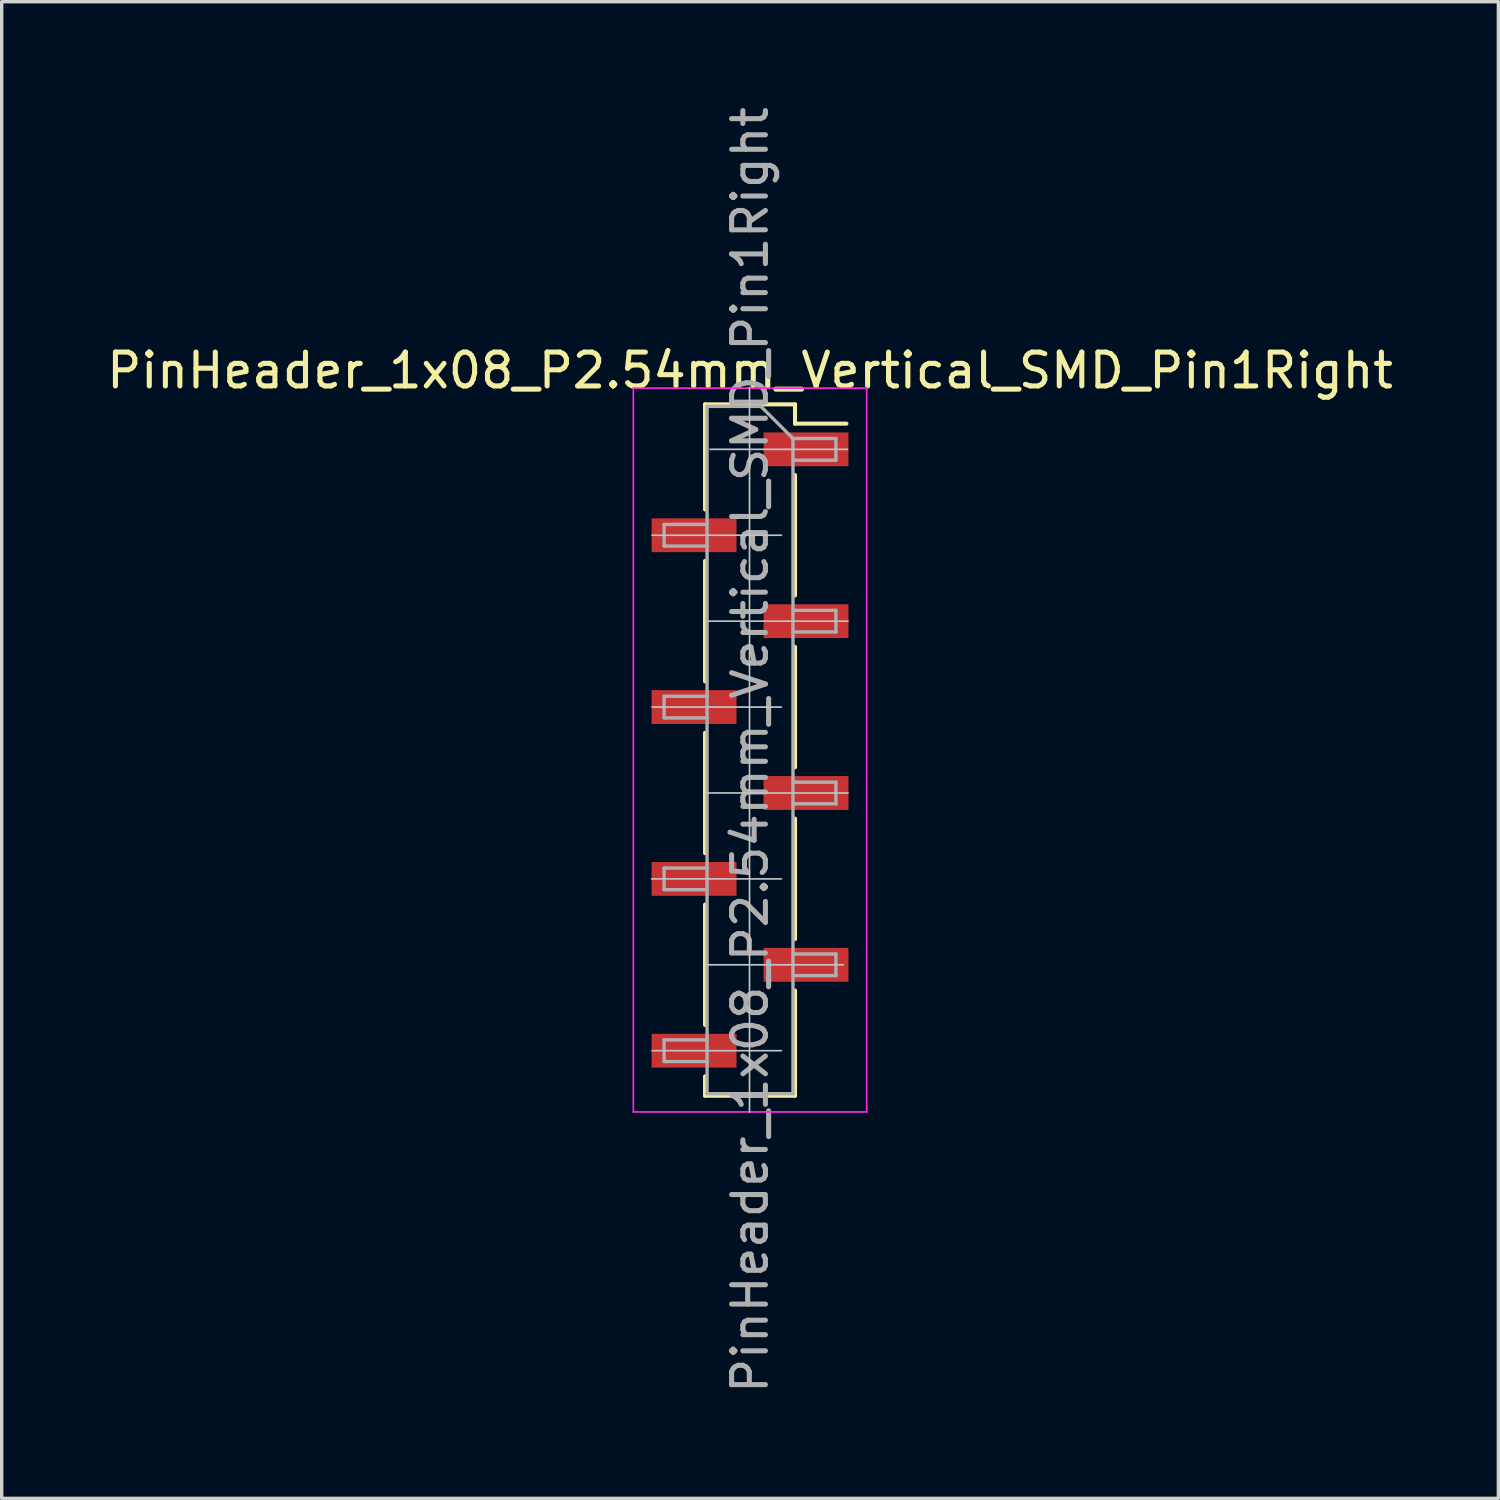
<source format=kicad_pcb>
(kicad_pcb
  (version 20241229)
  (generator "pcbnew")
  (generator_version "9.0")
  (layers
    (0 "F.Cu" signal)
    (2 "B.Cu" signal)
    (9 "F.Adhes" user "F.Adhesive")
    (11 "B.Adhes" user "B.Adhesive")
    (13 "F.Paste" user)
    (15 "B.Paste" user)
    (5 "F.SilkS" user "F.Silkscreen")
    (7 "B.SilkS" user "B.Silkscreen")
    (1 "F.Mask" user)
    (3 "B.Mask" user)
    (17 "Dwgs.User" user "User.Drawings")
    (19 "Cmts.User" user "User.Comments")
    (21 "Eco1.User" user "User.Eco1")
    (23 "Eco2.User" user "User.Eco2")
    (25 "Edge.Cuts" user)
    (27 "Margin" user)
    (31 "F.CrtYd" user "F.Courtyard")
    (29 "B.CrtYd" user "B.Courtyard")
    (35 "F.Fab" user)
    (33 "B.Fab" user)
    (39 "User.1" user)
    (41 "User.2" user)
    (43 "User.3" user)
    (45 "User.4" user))
  (footprint "PinHeader_1x08_P2.54mm_Vertical_SMD_Pin1Right"
    (layer "F.Cu")
    (at 19.125 19.125)
    (property "Reference" "PinHeader_1x08_P2.54mm_Vertical_SMD_Pin1Right" (at 0 -11.22 0) (layer "F.SilkS") (effects (font (size 1 1) (thickness 0.15))))
    (attr smd)
    (fp_line (start -1.33 -10.22) (end -1.33 -7.11) (stroke (width 0.12) (type solid)) (layer "F.SilkS"))
    (fp_line (start -1.33 -10.22) (end 1.33 -10.22) (stroke (width 0.12) (type solid)) (layer "F.SilkS"))
    (fp_line (start -1.33 -5.59) (end -1.33 -2.03) (stroke (width 0.12) (type solid)) (layer "F.SilkS"))
    (fp_line (start -1.33 -0.51) (end -1.33 3.05) (stroke (width 0.12) (type solid)) (layer "F.SilkS"))
    (fp_line (start -1.33 4.57) (end -1.33 8.13) (stroke (width 0.12) (type solid)) (layer "F.SilkS"))
    (fp_line (start -1.33 9.65) (end -1.33 10.22) (stroke (width 0.12) (type solid)) (layer "F.SilkS"))
    (fp_line (start -1.33 10.22) (end 1.33 10.22) (stroke (width 0.12) (type solid)) (layer "F.SilkS"))
    (fp_line (start 1.33 -10.22) (end 1.33 -9.65) (stroke (width 0.12) (type solid)) (layer "F.SilkS"))
    (fp_line (start 1.33 -9.65) (end 2.85 -9.65) (stroke (width 0.12) (type solid)) (layer "F.SilkS"))
    (fp_line (start 1.33 -8.13) (end 1.33 -4.57) (stroke (width 0.12) (type solid)) (layer "F.SilkS"))
    (fp_line (start 1.33 -3.05) (end 1.33 0.51) (stroke (width 0.12) (type solid)) (layer "F.SilkS"))
    (fp_line (start 1.33 2.03) (end 1.33 5.59) (stroke (width 0.12) (type solid)) (layer "F.SilkS"))
    (fp_line (start 1.33 7.11) (end 1.33 10.22) (stroke (width 0.12) (type solid)) (layer "F.SilkS"))
    (fp_line (start -2.908 3.81) (end 0.929 3.81) (stroke (width 0.05) (type solid)) (layer "Dwgs.User"))
    (fp_line (start -2.896 -6.35) (end 0.929 -6.35) (stroke (width 0.05) (type solid)) (layer "Dwgs.User"))
    (fp_line (start -2.896 -1.27) (end 0.929 -1.27) (stroke (width 0.05) (type solid)) (layer "Dwgs.User"))
    (fp_line (start -2.896 8.89) (end 0.929 8.89) (stroke (width 0.05) (type solid)) (layer "Dwgs.User"))
    (fp_line (start -1.305 -3.81) (end 2.896 -3.81) (stroke (width 0.05) (type solid)) (layer "Dwgs.User"))
    (fp_line (start -1.305 1.27) (end 2.896 1.27) (stroke (width 0.05) (type solid)) (layer "Dwgs.User"))
    (fp_line (start -1.305 6.35) (end 2.759 6.35) (stroke (width 0.05) (type solid)) (layer "Dwgs.User"))
    (fp_line (start -1.181 -8.89) (end 2.883 -8.89) (stroke (width 0.05) (type solid)) (layer "Dwgs.User"))
    (fp_line (start -0.015 -10.719) (end -0.015 10.706) (stroke (width 0.05) (type solid)) (layer "Dwgs.User"))
    (fp_line (start -3.45 -10.7) (end -3.45 10.7) (stroke (width 0.05) (type solid)) (layer "F.CrtYd"))
    (fp_line (start -3.45 10.7) (end 3.45 10.7) (stroke (width 0.05) (type solid)) (layer "F.CrtYd"))
    (fp_line (start 3.45 -10.7) (end -3.45 -10.7) (stroke (width 0.05) (type solid)) (layer "F.CrtYd"))
    (fp_line (start 3.45 10.7) (end 3.45 -10.7) (stroke (width 0.05) (type solid)) (layer "F.CrtYd"))
    (fp_line (start -2.54 -6.67) (end -2.54 -6.03) (stroke (width 0.1) (type solid)) (layer "F.Fab"))
    (fp_line (start -2.54 -6.03) (end -1.27 -6.03) (stroke (width 0.1) (type solid)) (layer "F.Fab"))
    (fp_line (start -2.54 -1.59) (end -2.54 -0.95) (stroke (width 0.1) (type solid)) (layer "F.Fab"))
    (fp_line (start -2.54 -0.95) (end -1.27 -0.95) (stroke (width 0.1) (type solid)) (layer "F.Fab"))
    (fp_line (start -2.54 3.49) (end -2.54 4.13) (stroke (width 0.1) (type solid)) (layer "F.Fab"))
    (fp_line (start -2.54 4.13) (end -1.27 4.13) (stroke (width 0.1) (type solid)) (layer "F.Fab"))
    (fp_line (start -2.54 8.57) (end -2.54 9.21) (stroke (width 0.1) (type solid)) (layer "F.Fab"))
    (fp_line (start -2.54 9.21) (end -1.27 9.21) (stroke (width 0.1) (type solid)) (layer "F.Fab"))
    (fp_line (start -1.27 -10.16) (end -1.27 10.16) (stroke (width 0.1) (type solid)) (layer "F.Fab"))
    (fp_line (start -1.27 -10.16) (end 0.32 -10.16) (stroke (width 0.1) (type solid)) (layer "F.Fab"))
    (fp_line (start -1.27 -6.67) (end -2.54 -6.67) (stroke (width 0.1) (type solid)) (layer "F.Fab"))
    (fp_line (start -1.27 -1.59) (end -2.54 -1.59) (stroke (width 0.1) (type solid)) (layer "F.Fab"))
    (fp_line (start -1.27 3.49) (end -2.54 3.49) (stroke (width 0.1) (type solid)) (layer "F.Fab"))
    (fp_line (start -1.27 8.57) (end -2.54 8.57) (stroke (width 0.1) (type solid)) (layer "F.Fab"))
    (fp_line (start 1.27 -9.21) (end 0.32 -10.16) (stroke (width 0.1) (type solid)) (layer "F.Fab"))
    (fp_line (start 1.27 -9.21) (end 2.54 -9.21) (stroke (width 0.1) (type solid)) (layer "F.Fab"))
    (fp_line (start 1.27 -4.13) (end 2.54 -4.13) (stroke (width 0.1) (type solid)) (layer "F.Fab"))
    (fp_line (start 1.27 0.95) (end 2.54 0.95) (stroke (width 0.1) (type solid)) (layer "F.Fab"))
    (fp_line (start 1.27 6.03) (end 2.54 6.03) (stroke (width 0.1) (type solid)) (layer "F.Fab"))
    (fp_line (start 1.27 10.16) (end -1.27 10.16) (stroke (width 0.1) (type solid)) (layer "F.Fab"))
    (fp_line (start 1.27 10.16) (end 1.27 -9.21) (stroke (width 0.1) (type solid)) (layer "F.Fab"))
    (fp_line (start 2.54 -9.21) (end 2.54 -8.57) (stroke (width 0.1) (type solid)) (layer "F.Fab"))
    (fp_line (start 2.54 -8.57) (end 1.27 -8.57) (stroke (width 0.1) (type solid)) (layer "F.Fab"))
    (fp_line (start 2.54 -4.13) (end 2.54 -3.49) (stroke (width 0.1) (type solid)) (layer "F.Fab"))
    (fp_line (start 2.54 -3.49) (end 1.27 -3.49) (stroke (width 0.1) (type solid)) (layer "F.Fab"))
    (fp_line (start 2.54 0.95) (end 2.54 1.59) (stroke (width 0.1) (type solid)) (layer "F.Fab"))
    (fp_line (start 2.54 1.59) (end 1.27 1.59) (stroke (width 0.1) (type solid)) (layer "F.Fab"))
    (fp_line (start 2.54 6.03) (end 2.54 6.67) (stroke (width 0.1) (type solid)) (layer "F.Fab"))
    (fp_line (start 2.54 6.67) (end 1.27 6.67) (stroke (width 0.1) (type solid)) (layer "F.Fab"))
    (fp_text user "${REFERENCE}" (at 0 0 90) (layer "F.Fab") (effects (font (size 1 1) (thickness 0.15))))
    (pad "1" smd rect (at 1.655 -8.89) (size 2.51 1) (layers "F.Cu" "F.Mask" "F.Paste"))
    (pad "2" smd rect (at -1.655 -6.35) (size 2.51 1) (layers "F.Cu" "F.Mask" "F.Paste"))
    (pad "3" smd rect (at 1.655 -3.81) (size 2.51 1) (layers "F.Cu" "F.Mask" "F.Paste"))
    (pad "4" smd rect (at -1.655 -1.27) (size 2.51 1) (layers "F.Cu" "F.Mask" "F.Paste"))
    (pad "5" smd rect (at 1.655 1.27) (size 2.51 1) (layers "F.Cu" "F.Mask" "F.Paste"))
    (pad "6" smd rect (at -1.655 3.81) (size 2.51 1) (layers "F.Cu" "F.Mask" "F.Paste"))
    (pad "7" smd rect (at 1.655 6.35) (size 2.51 1) (layers "F.Cu" "F.Mask" "F.Paste"))
    (pad "8" smd rect (at -1.655 8.89) (size 2.51 1) (layers "F.Cu" "F.Mask" "F.Paste")))
  (gr_rect
    (start -3 -3)
    (end 41.25 41.25)
    (stroke (width 0.1) (type default))
    (fill no)
    (layer "Edge.Cuts")))
</source>
